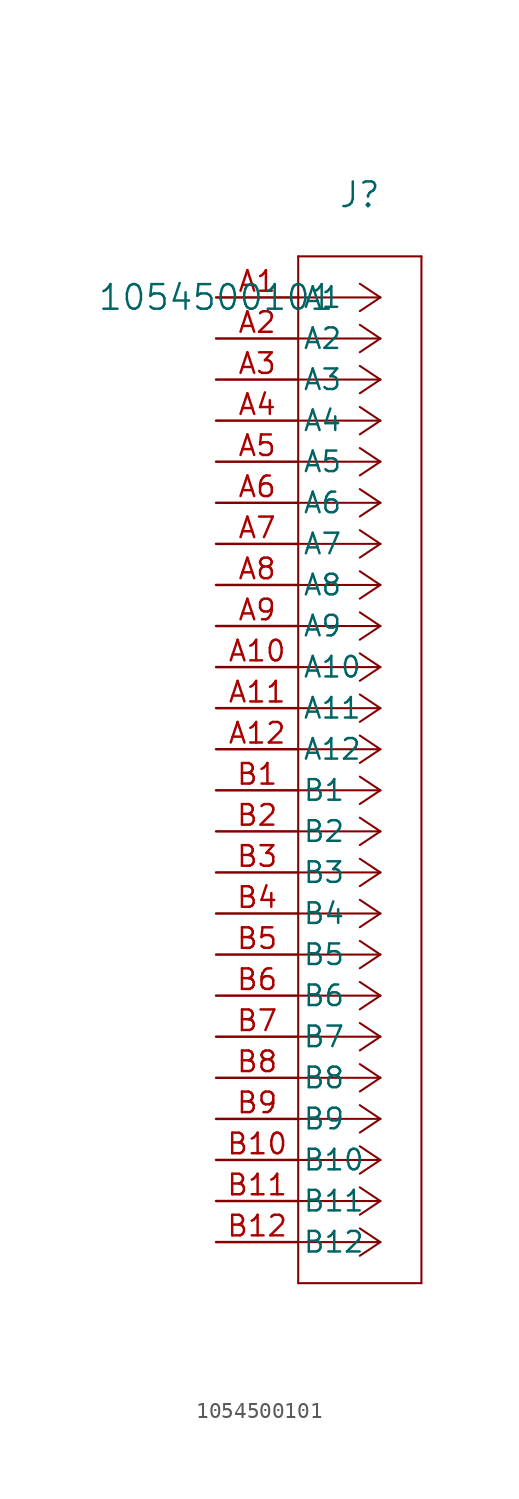
<source format=kicad_sym>
(kicad_symbol_lib
  (version 20211014)
  (generator kicad_symbol_editor)
  (symbol "1054500101"
    (pin_names
      (offset 0.254))
    (property "Reference" "J"
      (at 8.89 6.35 0)
      (effects (font (size 1.524 1.524))))
    (property "Value" "1054500101"
      (at 0 0 0)
      (effects (font (size 1.524 1.524))))
    (symbol "1054500101_0_1"
      (polyline (pts (xy 10.16 0) (xy 5.08 0)) (stroke (width 0.127) (type default) (color 0 0 0 0)) (fill (type none)))
      (polyline (pts (xy 10.16 -2.54) (xy 5.08 -2.54)) (stroke (width 0.127) (type default) (color 0 0 0 0)) (fill (type none)))
      (polyline (pts (xy 10.16 -5.08) (xy 5.08 -5.08)) (stroke (width 0.127) (type default) (color 0 0 0 0)) (fill (type none)))
      (polyline (pts (xy 10.16 -7.62) (xy 5.08 -7.62)) (stroke (width 0.127) (type default) (color 0 0 0 0)) (fill (type none)))
      (polyline (pts (xy 10.16 -10.16) (xy 5.08 -10.16)) (stroke (width 0.127) (type default) (color 0 0 0 0)) (fill (type none)))
      (polyline (pts (xy 10.16 -12.7) (xy 5.08 -12.7)) (stroke (width 0.127) (type default) (color 0 0 0 0)) (fill (type none)))
      (polyline (pts (xy 10.16 -15.24) (xy 5.08 -15.24)) (stroke (width 0.127) (type default) (color 0 0 0 0)) (fill (type none)))
      (polyline (pts (xy 10.16 -17.78) (xy 5.08 -17.78)) (stroke (width 0.127) (type default) (color 0 0 0 0)) (fill (type none)))
      (polyline (pts (xy 10.16 -20.32) (xy 5.08 -20.32)) (stroke (width 0.127) (type default) (color 0 0 0 0)) (fill (type none)))
      (polyline (pts (xy 10.16 -22.86) (xy 5.08 -22.86)) (stroke (width 0.127) (type default) (color 0 0 0 0)) (fill (type none)))
      (polyline (pts (xy 10.16 -25.4) (xy 5.08 -25.4)) (stroke (width 0.127) (type default) (color 0 0 0 0)) (fill (type none)))
      (polyline (pts (xy 10.16 -27.94) (xy 5.08 -27.94)) (stroke (width 0.127) (type default) (color 0 0 0 0)) (fill (type none)))
      (polyline (pts (xy 10.16 -30.48) (xy 5.08 -30.48)) (stroke (width 0.127) (type default) (color 0 0 0 0)) (fill (type none)))
      (polyline (pts (xy 10.16 -33.02) (xy 5.08 -33.02)) (stroke (width 0.127) (type default) (color 0 0 0 0)) (fill (type none)))
      (polyline (pts (xy 10.16 -35.56) (xy 5.08 -35.56)) (stroke (width 0.127) (type default) (color 0 0 0 0)) (fill (type none)))
      (polyline (pts (xy 10.16 -38.1) (xy 5.08 -38.1)) (stroke (width 0.127) (type default) (color 0 0 0 0)) (fill (type none)))
      (polyline (pts (xy 10.16 -40.64) (xy 5.08 -40.64)) (stroke (width 0.127) (type default) (color 0 0 0 0)) (fill (type none)))
      (polyline (pts (xy 10.16 -43.18) (xy 5.08 -43.18)) (stroke (width 0.127) (type default) (color 0 0 0 0)) (fill (type none)))
      (polyline (pts (xy 10.16 -45.72) (xy 5.08 -45.72)) (stroke (width 0.127) (type default) (color 0 0 0 0)) (fill (type none)))
      (polyline (pts (xy 10.16 -48.26) (xy 5.08 -48.26)) (stroke (width 0.127) (type default) (color 0 0 0 0)) (fill (type none)))
      (polyline (pts (xy 10.16 -50.8) (xy 5.08 -50.8)) (stroke (width 0.127) (type default) (color 0 0 0 0)) (fill (type none)))
      (polyline (pts (xy 10.16 -53.34) (xy 5.08 -53.34)) (stroke (width 0.127) (type default) (color 0 0 0 0)) (fill (type none)))
      (polyline (pts (xy 10.16 -55.88) (xy 5.08 -55.88)) (stroke (width 0.127) (type default) (color 0 0 0 0)) (fill (type none)))
      (polyline (pts (xy 10.16 -58.42) (xy 5.08 -58.42)) (stroke (width 0.127) (type default) (color 0 0 0 0)) (fill (type none)))
      (polyline (pts (xy 10.16 0) (xy 8.89 0.847)) (stroke (width 0.127) (type default) (color 0 0 0 0)) (fill (type none)))
      (polyline (pts (xy 10.16 -2.54) (xy 8.89 -1.693)) (stroke (width 0.127) (type default) (color 0 0 0 0)) (fill (type none)))
      (polyline (pts (xy 10.16 -5.08) (xy 8.89 -4.233)) (stroke (width 0.127) (type default) (color 0 0 0 0)) (fill (type none)))
      (polyline (pts (xy 10.16 -7.62) (xy 8.89 -6.773)) (stroke (width 0.127) (type default) (color 0 0 0 0)) (fill (type none)))
      (polyline (pts (xy 10.16 -10.16) (xy 8.89 -9.313)) (stroke (width 0.127) (type default) (color 0 0 0 0)) (fill (type none)))
      (polyline (pts (xy 10.16 -12.7) (xy 8.89 -11.853)) (stroke (width 0.127) (type default) (color 0 0 0 0)) (fill (type none)))
      (polyline (pts (xy 10.16 -15.24) (xy 8.89 -14.393)) (stroke (width 0.127) (type default) (color 0 0 0 0)) (fill (type none)))
      (polyline (pts (xy 10.16 -17.78) (xy 8.89 -16.933)) (stroke (width 0.127) (type default) (color 0 0 0 0)) (fill (type none)))
      (polyline (pts (xy 10.16 -20.32) (xy 8.89 -19.473)) (stroke (width 0.127) (type default) (color 0 0 0 0)) (fill (type none)))
      (polyline (pts (xy 10.16 -22.86) (xy 8.89 -22.013)) (stroke (width 0.127) (type default) (color 0 0 0 0)) (fill (type none)))
      (polyline (pts (xy 10.16 -25.4) (xy 8.89 -24.553)) (stroke (width 0.127) (type default) (color 0 0 0 0)) (fill (type none)))
      (polyline (pts (xy 10.16 -27.94) (xy 8.89 -27.093)) (stroke (width 0.127) (type default) (color 0 0 0 0)) (fill (type none)))
      (polyline (pts (xy 10.16 -30.48) (xy 8.89 -29.633)) (stroke (width 0.127) (type default) (color 0 0 0 0)) (fill (type none)))
      (polyline (pts (xy 10.16 -33.02) (xy 8.89 -32.173)) (stroke (width 0.127) (type default) (color 0 0 0 0)) (fill (type none)))
      (polyline (pts (xy 10.16 -35.56) (xy 8.89 -34.713)) (stroke (width 0.127) (type default) (color 0 0 0 0)) (fill (type none)))
      (polyline (pts (xy 10.16 -38.1) (xy 8.89 -37.253)) (stroke (width 0.127) (type default) (color 0 0 0 0)) (fill (type none)))
      (polyline (pts (xy 10.16 -40.64) (xy 8.89 -39.793)) (stroke (width 0.127) (type default) (color 0 0 0 0)) (fill (type none)))
      (polyline (pts (xy 10.16 -43.18) (xy 8.89 -42.333)) (stroke (width 0.127) (type default) (color 0 0 0 0)) (fill (type none)))
      (polyline (pts (xy 10.16 -45.72) (xy 8.89 -44.873)) (stroke (width 0.127) (type default) (color 0 0 0 0)) (fill (type none)))
      (polyline (pts (xy 10.16 -48.26) (xy 8.89 -47.413)) (stroke (width 0.127) (type default) (color 0 0 0 0)) (fill (type none)))
      (polyline (pts (xy 10.16 -50.8) (xy 8.89 -49.953)) (stroke (width 0.127) (type default) (color 0 0 0 0)) (fill (type none)))
      (polyline (pts (xy 10.16 -53.34) (xy 8.89 -52.493)) (stroke (width 0.127) (type default) (color 0 0 0 0)) (fill (type none)))
      (polyline (pts (xy 10.16 -55.88) (xy 8.89 -55.033)) (stroke (width 0.127) (type default) (color 0 0 0 0)) (fill (type none)))
      (polyline (pts (xy 10.16 -58.42) (xy 8.89 -57.573)) (stroke (width 0.127) (type default) (color 0 0 0 0)) (fill (type none)))
      (polyline (pts (xy 10.16 0) (xy 8.89 -0.847)) (stroke (width 0.127) (type default) (color 0 0 0 0)) (fill (type none)))
      (polyline (pts (xy 10.16 -2.54) (xy 8.89 -3.387)) (stroke (width 0.127) (type default) (color 0 0 0 0)) (fill (type none)))
      (polyline (pts (xy 10.16 -5.08) (xy 8.89 -5.927)) (stroke (width 0.127) (type default) (color 0 0 0 0)) (fill (type none)))
      (polyline (pts (xy 10.16 -7.62) (xy 8.89 -8.467)) (stroke (width 0.127) (type default) (color 0 0 0 0)) (fill (type none)))
      (polyline (pts (xy 10.16 -10.16) (xy 8.89 -11.007)) (stroke (width 0.127) (type default) (color 0 0 0 0)) (fill (type none)))
      (polyline (pts (xy 10.16 -12.7) (xy 8.89 -13.547)) (stroke (width 0.127) (type default) (color 0 0 0 0)) (fill (type none)))
      (polyline (pts (xy 10.16 -15.24) (xy 8.89 -16.087)) (stroke (width 0.127) (type default) (color 0 0 0 0)) (fill (type none)))
      (polyline (pts (xy 10.16 -17.78) (xy 8.89 -18.627)) (stroke (width 0.127) (type default) (color 0 0 0 0)) (fill (type none)))
      (polyline (pts (xy 10.16 -20.32) (xy 8.89 -21.167)) (stroke (width 0.127) (type default) (color 0 0 0 0)) (fill (type none)))
      (polyline (pts (xy 10.16 -22.86) (xy 8.89 -23.707)) (stroke (width 0.127) (type default) (color 0 0 0 0)) (fill (type none)))
      (polyline (pts (xy 10.16 -25.4) (xy 8.89 -26.247)) (stroke (width 0.127) (type default) (color 0 0 0 0)) (fill (type none)))
      (polyline (pts (xy 10.16 -27.94) (xy 8.89 -28.787)) (stroke (width 0.127) (type default) (color 0 0 0 0)) (fill (type none)))
      (polyline (pts (xy 10.16 -30.48) (xy 8.89 -31.327)) (stroke (width 0.127) (type default) (color 0 0 0 0)) (fill (type none)))
      (polyline (pts (xy 10.16 -33.02) (xy 8.89 -33.867)) (stroke (width 0.127) (type default) (color 0 0 0 0)) (fill (type none)))
      (polyline (pts (xy 10.16 -35.56) (xy 8.89 -36.407)) (stroke (width 0.127) (type default) (color 0 0 0 0)) (fill (type none)))
      (polyline (pts (xy 10.16 -38.1) (xy 8.89 -38.947)) (stroke (width 0.127) (type default) (color 0 0 0 0)) (fill (type none)))
      (polyline (pts (xy 10.16 -40.64) (xy 8.89 -41.487)) (stroke (width 0.127) (type default) (color 0 0 0 0)) (fill (type none)))
      (polyline (pts (xy 10.16 -43.18) (xy 8.89 -44.027)) (stroke (width 0.127) (type default) (color 0 0 0 0)) (fill (type none)))
      (polyline (pts (xy 10.16 -45.72) (xy 8.89 -46.567)) (stroke (width 0.127) (type default) (color 0 0 0 0)) (fill (type none)))
      (polyline (pts (xy 10.16 -48.26) (xy 8.89 -49.107)) (stroke (width 0.127) (type default) (color 0 0 0 0)) (fill (type none)))
      (polyline (pts (xy 10.16 -50.8) (xy 8.89 -51.647)) (stroke (width 0.127) (type default) (color 0 0 0 0)) (fill (type none)))
      (polyline (pts (xy 10.16 -53.34) (xy 8.89 -54.187)) (stroke (width 0.127) (type default) (color 0 0 0 0)) (fill (type none)))
      (polyline (pts (xy 10.16 -55.88) (xy 8.89 -56.727)) (stroke (width 0.127) (type default) (color 0 0 0 0)) (fill (type none)))
      (polyline (pts (xy 10.16 -58.42) (xy 8.89 -59.267)) (stroke (width 0.127) (type default) (color 0 0 0 0)) (fill (type none)))
      (polyline (pts (xy 5.08 2.54) (xy 5.08 -60.96)) (stroke (width 0.127) (type default) (color 0 0 0 0)) (fill (type none)))
      (polyline (pts (xy 5.08 -60.96) (xy 12.7 -60.96)) (stroke (width 0.127) (type default) (color 0 0 0 0)) (fill (type none)))
      (polyline (pts (xy 12.7 -60.96) (xy 12.7 2.54)) (stroke (width 0.127) (type default) (color 0 0 0 0)) (fill (type none)))
      (polyline (pts (xy 12.7 2.54) (xy 5.08 2.54)) (stroke (width 0.127) (type default) (color 0 0 0 0)) (fill (type none)))
      (pin unspecified line (at 0 0 0) (length 5.08) (name "A1" (effects (font (size 1.27 1.27)))) (number "A1" (effects (font (size 1.27 1.27)))))
      (pin unspecified line (at 0 -2.54 0) (length 5.08) (name "A2" (effects (font (size 1.27 1.27)))) (number "A2" (effects (font (size 1.27 1.27)))))
      (pin unspecified line (at 0 -5.08 0) (length 5.08) (name "A3" (effects (font (size 1.27 1.27)))) (number "A3" (effects (font (size 1.27 1.27)))))
      (pin unspecified line (at 0 -7.62 0) (length 5.08) (name "A4" (effects (font (size 1.27 1.27)))) (number "A4" (effects (font (size 1.27 1.27)))))
      (pin unspecified line (at 0 -10.16 0) (length 5.08) (name "A5" (effects (font (size 1.27 1.27)))) (number "A5" (effects (font (size 1.27 1.27)))))
      (pin unspecified line (at 0 -12.7 0) (length 5.08) (name "A6" (effects (font (size 1.27 1.27)))) (number "A6" (effects (font (size 1.27 1.27)))))
      (pin unspecified line (at 0 -15.24 0) (length 5.08) (name "A7" (effects (font (size 1.27 1.27)))) (number "A7" (effects (font (size 1.27 1.27)))))
      (pin unspecified line (at 0 -17.78 0) (length 5.08) (name "A8" (effects (font (size 1.27 1.27)))) (number "A8" (effects (font (size 1.27 1.27)))))
      (pin unspecified line (at 0 -20.32 0) (length 5.08) (name "A9" (effects (font (size 1.27 1.27)))) (number "A9" (effects (font (size 1.27 1.27)))))
      (pin unspecified line (at 0 -22.86 0) (length 5.08) (name "A10" (effects (font (size 1.27 1.27)))) (number "A10" (effects (font (size 1.27 1.27)))))
      (pin unspecified line (at 0 -25.4 0) (length 5.08) (name "A11" (effects (font (size 1.27 1.27)))) (number "A11" (effects (font (size 1.27 1.27)))))
      (pin unspecified line (at 0 -27.94 0) (length 5.08) (name "A12" (effects (font (size 1.27 1.27)))) (number "A12" (effects (font (size 1.27 1.27)))))
      (pin unspecified line (at 0 -30.48 0) (length 5.08) (name "B1" (effects (font (size 1.27 1.27)))) (number "B1" (effects (font (size 1.27 1.27)))))
      (pin unspecified line (at 0 -33.02 0) (length 5.08) (name "B2" (effects (font (size 1.27 1.27)))) (number "B2" (effects (font (size 1.27 1.27)))))
      (pin unspecified line (at 0 -35.56 0) (length 5.08) (name "B3" (effects (font (size 1.27 1.27)))) (number "B3" (effects (font (size 1.27 1.27)))))
      (pin unspecified line (at 0 -38.1 0) (length 5.08) (name "B4" (effects (font (size 1.27 1.27)))) (number "B4" (effects (font (size 1.27 1.27)))))
      (pin unspecified line (at 0 -40.64 0) (length 5.08) (name "B5" (effects (font (size 1.27 1.27)))) (number "B5" (effects (font (size 1.27 1.27)))))
      (pin unspecified line (at 0 -43.18 0) (length 5.08) (name "B6" (effects (font (size 1.27 1.27)))) (number "B6" (effects (font (size 1.27 1.27)))))
      (pin unspecified line (at 0 -45.72 0) (length 5.08) (name "B7" (effects (font (size 1.27 1.27)))) (number "B7" (effects (font (size 1.27 1.27)))))
      (pin unspecified line (at 0 -48.26 0) (length 5.08) (name "B8" (effects (font (size 1.27 1.27)))) (number "B8" (effects (font (size 1.27 1.27)))))
      (pin unspecified line (at 0 -50.8 0) (length 5.08) (name "B9" (effects (font (size 1.27 1.27)))) (number "B9" (effects (font (size 1.27 1.27)))))
      (pin unspecified line (at 0 -53.34 0) (length 5.08) (name "B10" (effects (font (size 1.27 1.27)))) (number "B10" (effects (font (size 1.27 1.27)))))
      (pin unspecified line (at 0 -55.88 0) (length 5.08) (name "B11" (effects (font (size 1.27 1.27)))) (number "B11" (effects (font (size 1.27 1.27)))))
      (pin unspecified line (at 0 -58.42 0) (length 5.08) (name "B12" (effects (font (size 1.27 1.27)))) (number "B12" (effects (font (size 1.27 1.27))))))))
</source>
